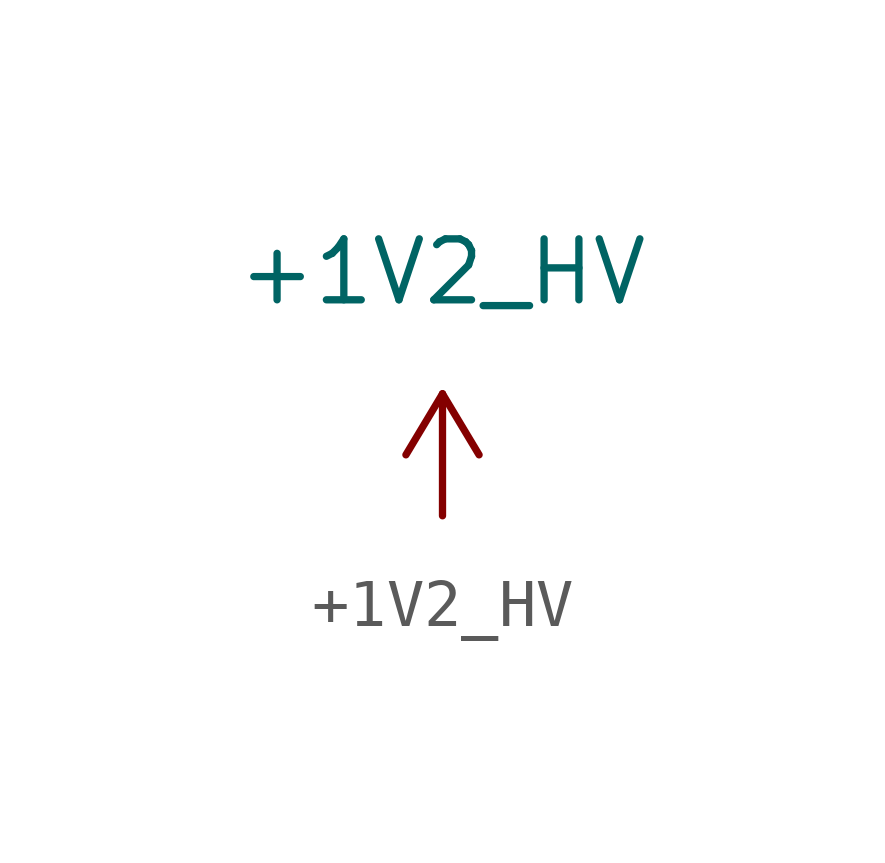
<source format=kicad_sym>
(kicad_symbol_lib
  (version 20211014)
  (generator kicad_symbol_editor)
  (symbol "+1V2_HV"
    (power)
    (pin_numbers hide)
    (pin_names
      (offset 0))
    (property "Reference" "#PWR"
      (at 1.27 0 90)
      (effects (font (size 1.27 1.27)) hide))
    (property "Value" "+1V2_HV"
      (at 0 5.08 0)
      (effects (font (size 1.27 1.27))))
    (symbol "+1V2_HV_1_1"
      (polyline (pts (xy -0.762 1.27) (xy 0 2.54)) (stroke (width 0) (type default) (color 0 0 0 0)) (fill (type none)))
      (polyline (pts (xy 0 0) (xy 0 2.54)) (stroke (width 0) (type default) (color 0 0 0 0)) (fill (type none)))
      (polyline (pts (xy 0 2.54) (xy 0.762 1.27)) (stroke (width 0) (type default) (color 0 0 0 0)) (fill (type none)))
      (pin power_in line (at 0 0 90) (length 0) hide (name "+1V2_HV" (effects (font (size 1.27 1.27)))) (number "1" (effects (font (size 1.27 1.27))))))))
</source>
